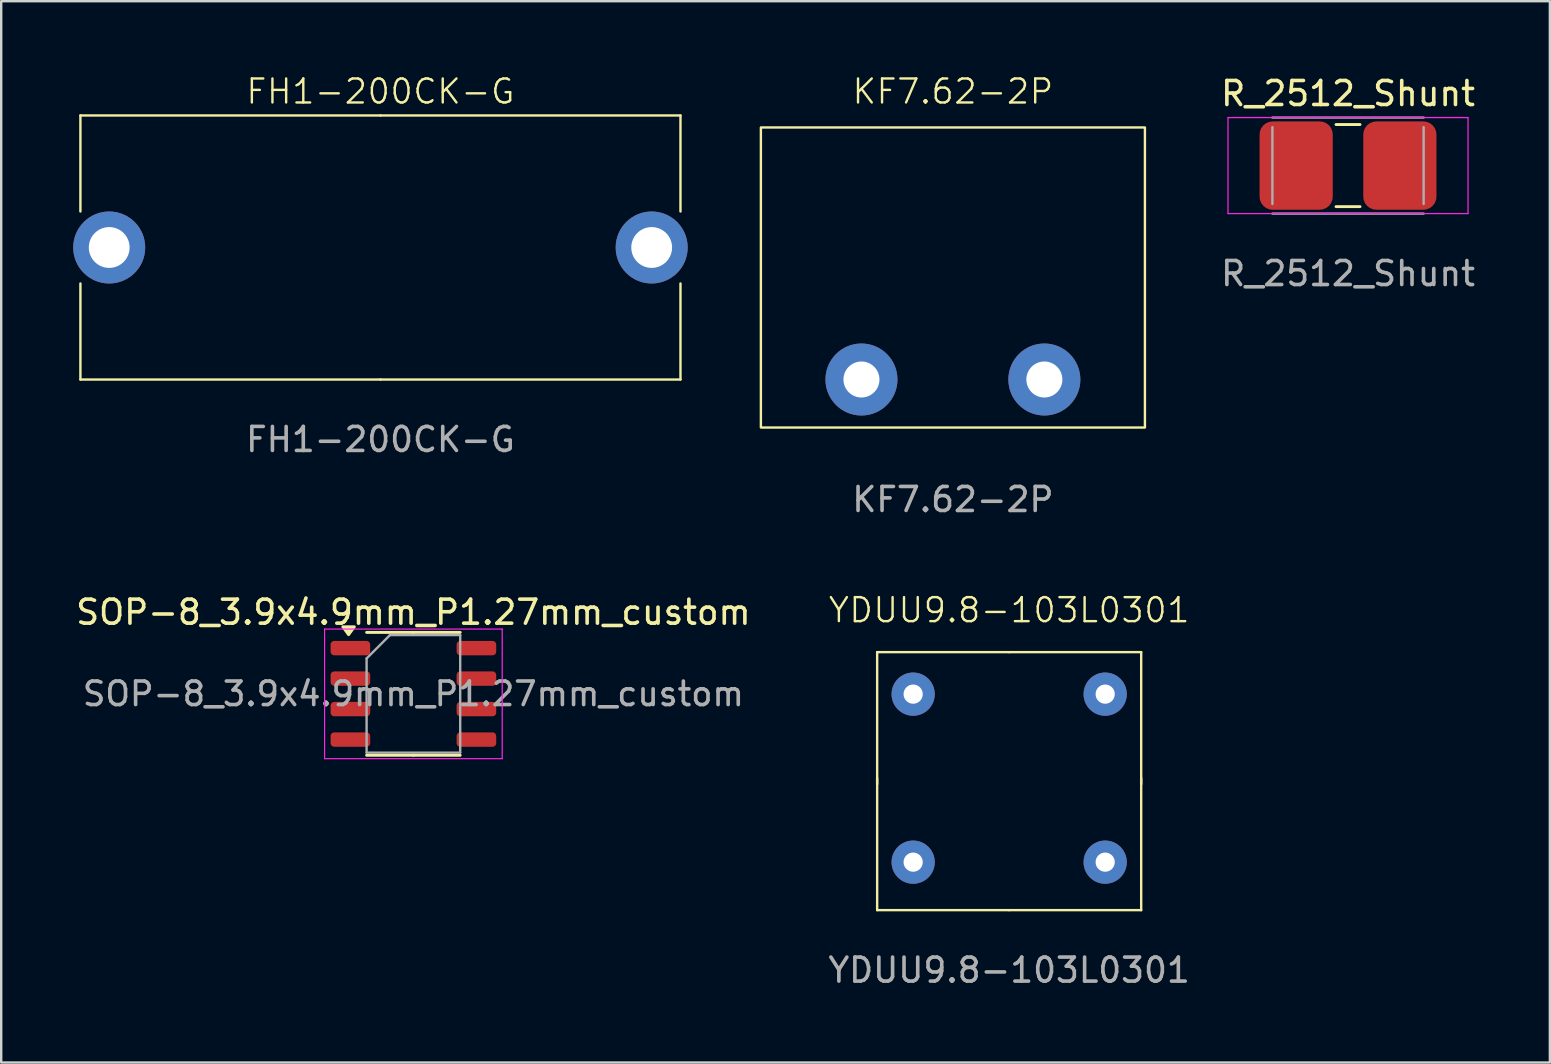
<source format=kicad_pcb>
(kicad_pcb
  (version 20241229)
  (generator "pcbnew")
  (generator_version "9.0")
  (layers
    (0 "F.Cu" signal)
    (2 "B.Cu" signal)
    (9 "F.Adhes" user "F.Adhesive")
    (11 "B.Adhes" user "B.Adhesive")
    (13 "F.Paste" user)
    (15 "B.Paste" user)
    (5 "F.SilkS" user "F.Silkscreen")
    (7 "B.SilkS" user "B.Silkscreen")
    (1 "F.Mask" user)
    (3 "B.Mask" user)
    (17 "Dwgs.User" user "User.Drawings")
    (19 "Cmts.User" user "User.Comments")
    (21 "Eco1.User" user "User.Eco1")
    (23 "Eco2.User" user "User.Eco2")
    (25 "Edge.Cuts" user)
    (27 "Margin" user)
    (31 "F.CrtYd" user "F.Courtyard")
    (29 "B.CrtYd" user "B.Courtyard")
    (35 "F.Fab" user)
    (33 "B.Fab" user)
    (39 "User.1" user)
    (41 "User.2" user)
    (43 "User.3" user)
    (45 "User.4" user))
  (footprint "YDUU9.8-103L0301"
    (layer "F.Cu")
    (at 38.994 29.369)
    (property "Reference" "YDUU9.8-103L0301" (at 0 -7 0) (unlocked yes) (layer "F.SilkS") (effects (font (size 1 1) (thickness 0.1))))
    (attr through_hole)
    (fp_line (start -5.5 -5.25) (end 0 -5.25) (stroke (width 0.1) (type default)) (layer "F.SilkS"))
    (fp_line (start -5.5 0.25) (end -5.5 -5.25) (stroke (width 0.1) (type default)) (layer "F.SilkS"))
    (fp_line (start -5.5 5.5) (end -5.5 0) (stroke (width 0.1) (type default)) (layer "F.SilkS"))
    (fp_line (start -5.5 5.5) (end 0 5.5) (stroke (width 0.1) (type default)) (layer "F.SilkS"))
    (fp_line (start 0 -5.25) (end 5.5 -5.25) (stroke (width 0.1) (type default)) (layer "F.SilkS"))
    (fp_line (start 0 5.5) (end 5.5 5.5) (stroke (width 0.1) (type default)) (layer "F.SilkS"))
    (fp_line (start 5.5 -5.25) (end 5.5 0.25) (stroke (width 0.1) (type default)) (layer "F.SilkS"))
    (fp_line (start 5.5 5.5) (end 5.5 0) (stroke (width 0.1) (type default)) (layer "F.SilkS"))
    (fp_text user "${REFERENCE}" (at 0 8 0) (unlocked yes) (layer "F.Fab") (effects (font (size 1 1) (thickness 0.15))))
    (pad "1" thru_hole circle (at -4 -3.5) (size 1.8 1.8) (drill 0.8) (layers "*.Cu" "*.Mask"))
    (pad "2" thru_hole circle (at -4 3.5) (size 1.8 1.8) (drill 0.8) (layers "*.Cu" "*.Mask"))
    (pad "3" thru_hole circle (at 4 3.5) (size 1.8 1.8) (drill 0.8) (layers "*.Cu" "*.Mask"))
    (pad "4" thru_hole circle (at 4 -3.5) (size 1.8 1.8) (drill 0.8) (layers "*.Cu" "*.Mask")))
  (footprint "SOP-8_3.9x4.9mm_P1.27mm_custom"
    (layer "F.Cu")
    (at 14.173 25.857)
    (property "Reference" "SOP-8_3.9x4.9mm_P1.27mm_custom" (at 0 -3.4 0) (layer "F.SilkS") (effects (font (size 1 1) (thickness 0.15))))
    (attr smd)
    (fp_line (start 0 -2.56) (end -1.95 -2.56) (stroke (width 0.12) (type solid)) (layer "F.SilkS"))
    (fp_line (start 0 -2.56) (end 1.95 -2.56) (stroke (width 0.12) (type solid)) (layer "F.SilkS"))
    (fp_line (start 0 2.56) (end -1.95 2.56) (stroke (width 0.12) (type solid)) (layer "F.SilkS"))
    (fp_line (start 0 2.56) (end 1.95 2.56) (stroke (width 0.12) (type solid)) (layer "F.SilkS"))
    (fp_poly (pts (xy -2.7 -2.465) (xy -2.94 -2.795) (xy -2.46 -2.795) (xy -2.7 -2.465)) (stroke (width 0.12) (type solid)) (fill yes) (layer "F.SilkS"))
    (fp_line (start -3.7 -2.7) (end -3.7 2.7) (stroke (width 0.05) (type solid)) (layer "F.CrtYd"))
    (fp_line (start -3.7 2.7) (end 3.7 2.7) (stroke (width 0.05) (type solid)) (layer "F.CrtYd"))
    (fp_line (start 3.7 -2.7) (end -3.7 -2.7) (stroke (width 0.05) (type solid)) (layer "F.CrtYd"))
    (fp_line (start 3.7 2.7) (end 3.7 -2.7) (stroke (width 0.05) (type solid)) (layer "F.CrtYd"))
    (fp_line (start -1.95 -1.475) (end -0.975 -2.45) (stroke (width 0.1) (type solid)) (layer "F.Fab"))
    (fp_line (start -1.95 2.45) (end -1.95 -1.475) (stroke (width 0.1) (type solid)) (layer "F.Fab"))
    (fp_line (start -0.975 -2.45) (end 1.95 -2.45) (stroke (width 0.1) (type solid)) (layer "F.Fab"))
    (fp_line (start 1.95 -2.45) (end 1.95 2.45) (stroke (width 0.1) (type solid)) (layer "F.Fab"))
    (fp_line (start 1.95 2.45) (end -1.95 2.45) (stroke (width 0.1) (type solid)) (layer "F.Fab"))
    (fp_text user "${REFERENCE}" (at 0 0 0) (layer "F.Fab") (effects (font (size 0.98 0.98) (thickness 0.15))))
    (pad "1" smd roundrect (at -2.625 -1.905) (size 1.65 0.6) (layers "F.Cu" "F.Mask" "F.Paste") (roundrect_rratio 0.25))
    (pad "2" smd roundrect (at -2.625 -0.635) (size 1.65 0.6) (layers "F.Cu" "F.Mask" "F.Paste") (roundrect_rratio 0.25))
    (pad "3" smd roundrect (at -2.625 0.635) (size 1.65 0.6) (layers "F.Cu" "F.Mask" "F.Paste") (roundrect_rratio 0.25))
    (pad "4" smd roundrect (at -2.625 1.905) (size 1.65 0.6) (layers "F.Cu" "F.Mask" "F.Paste") (roundrect_rratio 0.25))
    (pad "5" smd roundrect (at 2.625 1.905) (size 1.65 0.6) (layers "F.Cu" "F.Mask" "F.Paste") (roundrect_rratio 0.25))
    (pad "6" smd roundrect (at 2.625 0.635) (size 1.65 0.6) (layers "F.Cu" "F.Mask" "F.Paste") (roundrect_rratio 0.25))
    (pad "7" smd roundrect (at 2.625 -0.635) (size 1.65 0.6) (layers "F.Cu" "F.Mask" "F.Paste") (roundrect_rratio 0.25))
    (pad "8" smd roundrect (at 2.625 -1.905) (size 1.65 0.6) (layers "F.Cu" "F.Mask" "F.Paste") (roundrect_rratio 0.25)))
  (footprint "KF7.62-2P"
    (layer "F.Cu")
    (at 36.65 12.761)
    (property "Reference" "KF7.62-2P" (at 0 -12 0) (unlocked yes) (layer "F.SilkS") (effects (font (size 1 1) (thickness 0.1))))
    (attr through_hole)
    (fp_rect (start -8 -10.5) (end 8 2) (stroke (width 0.1) (type default)) (fill no) (layer "F.SilkS"))
    (fp_text user "${REFERENCE}" (at 0 5 0) (unlocked yes) (layer "F.Fab") (effects (font (size 1 1) (thickness 0.15))))
    (pad "1" thru_hole circle (at -3.81 0) (size 3 3) (drill 1.5) (layers "*.Cu" "*.Mask"))
    (pad "2" thru_hole circle (at 3.81 0) (size 3 3) (drill 1.5) (layers "*.Cu" "*.Mask")))
  (footprint "R_2512_Shunt"
    (layer "F.Cu")
    (at 53.111 3.848)
    (property "Reference" "R_2512_Shunt" (at 0 -3 0) (layer "F.SilkS") (effects (font (size 1 1) (thickness 0.15))))
    (attr smd)
    (fp_line (start -0.5 -1.71) (end 0.5 -1.71) (stroke (width 0.12) (type solid)) (layer "F.SilkS"))
    (fp_line (start -0.5 1.71) (end 0.5 1.71) (stroke (width 0.12) (type solid)) (layer "F.SilkS"))
    (fp_line (start -5 -2) (end 5 -2) (stroke (width 0.05) (type solid)) (layer "F.CrtYd"))
    (fp_line (start -5 2) (end -5 -2) (stroke (width 0.05) (type solid)) (layer "F.CrtYd"))
    (fp_line (start 5 -2) (end 5 2) (stroke (width 0.05) (type solid)) (layer "F.CrtYd"))
    (fp_line (start 5 2) (end -5 2) (stroke (width 0.05) (type solid)) (layer "F.CrtYd"))
    (fp_line (start -3.15 -2) (end 3.15 -2) (stroke (width 0.1) (type solid)) (layer "F.Fab"))
    (fp_line (start -3.15 1.6) (end -3.15 -1.6) (stroke (width 0.1) (type solid)) (layer "F.Fab"))
    (fp_line (start 3.15 -1.6) (end 3.15 1.6) (stroke (width 0.1) (type solid)) (layer "F.Fab"))
    (fp_line (start 3.15 2) (end -3.15 2) (stroke (width 0.1) (type solid)) (layer "F.Fab"))
    (fp_text user "${REFERENCE}" (at 0 4.5 0) (layer "F.Fab") (effects (font (size 1 1) (thickness 0.15))))
    (pad "1" smd roundrect (at -2.16 0) (size 3.05 3.68) (layers "F.Cu" "F.Mask" "F.Paste") (roundrect_rratio 0.179))
    (pad "2" smd roundrect (at 2.16 0) (size 3.05 3.68) (layers "F.Cu" "F.Mask" "F.Paste") (roundrect_rratio 0.179)))
  (footprint "FH1-200CK-G"
    (layer "F.Cu")
    (at 12.8 7.261)
    (property "Reference" "FH1-200CK-G" (at 0 -6.5 0) (unlocked yes) (layer "F.SilkS") (effects (font (size 1 1) (thickness 0.1))))
    (attr through_hole)
    (fp_line (start -12.5 -1.5) (end -12.5 -5.5) (stroke (width 0.1) (type default)) (layer "F.SilkS"))
    (fp_line (start -12.5 5.5) (end -12.5 1.5) (stroke (width 0.1) (type default)) (layer "F.SilkS"))
    (fp_line (start 0 -5.5) (end -12.5 -5.5) (stroke (width 0.1) (type default)) (layer "F.SilkS"))
    (fp_line (start 0 -5.5) (end 12.5 -5.5) (stroke (width 0.1) (type default)) (layer "F.SilkS"))
    (fp_line (start 0 5.5) (end -12.5 5.5) (stroke (width 0.1) (type default)) (layer "F.SilkS"))
    (fp_line (start 0 5.5) (end 12.5 5.5) (stroke (width 0.1) (type default)) (layer "F.SilkS"))
    (fp_line (start 12.5 -5.5) (end 12.5 -1.5) (stroke (width 0.1) (type default)) (layer "F.SilkS"))
    (fp_line (start 12.5 1.5) (end 12.5 5.5) (stroke (width 0.1) (type default)) (layer "F.SilkS"))
    (fp_text user "${REFERENCE}" (at 0 8 0) (unlocked yes) (layer "F.Fab") (effects (font (size 1 1) (thickness 0.15))))
    (pad "1" thru_hole circle (at -11.3 0) (size 3 3) (drill 1.7) (layers "*.Cu" "*.Mask"))
    (pad "2" thru_hole circle (at 11.3 0) (size 3 3) (drill 1.7) (layers "*.Cu" "*.Mask")))
  (gr_rect
    (start -3 -3)
    (end 61.521 41.218)
    (stroke (width 0.1) (type default))
    (fill no)
    (layer "Edge.Cuts")))
</source>
